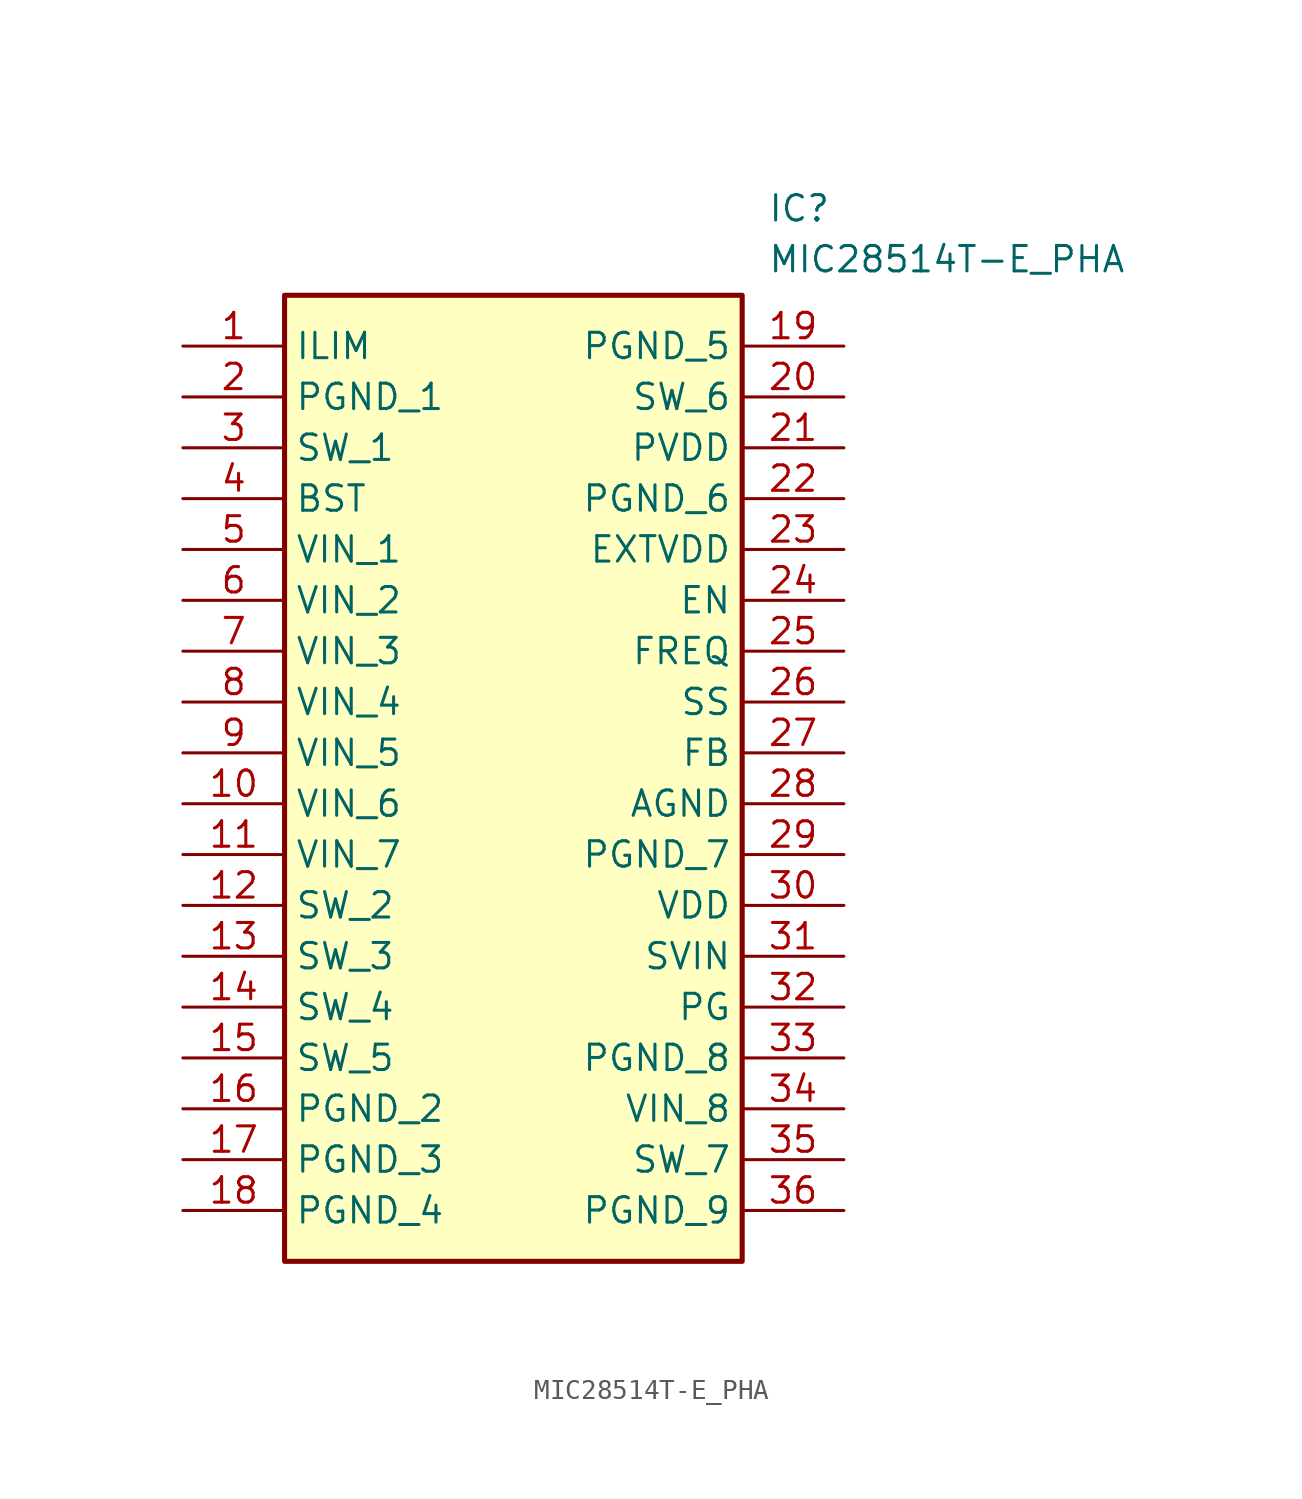
<source format=kicad_sym>
(kicad_symbol_lib
  (version 20211014)
  (generator SamacSys_ECAD_Model)
  (symbol "MIC28514T-E_PHA"
    (property "Reference" "IC"
      (at 29.21 7.62 0)
      (effects (font (size 1.27 1.27)) (justify left top)))
    (property "Value" "MIC28514T-E_PHA"
      (at 29.21 5.08 0)
      (effects (font (size 1.27 1.27)) (justify left top)))
    (rectangle
      (start 5.08 2.54)
      (end 27.94 -45.72)
      (stroke (width 0.254) (type default))
      (fill (type background)))
    (pin passive line
      (at 0 0 0)
      (length 5.08)
      (name "ILIM" (effects (font (size 1.27 1.27))))
      (number "1" (effects (font (size 1.27 1.27)))))
    (pin passive line
      (at 0 -2.54 0)
      (length 5.08)
      (name "PGND_1" (effects (font (size 1.27 1.27))))
      (number "2" (effects (font (size 1.27 1.27)))))
    (pin passive line
      (at 0 -5.08 0)
      (length 5.08)
      (name "SW_1" (effects (font (size 1.27 1.27))))
      (number "3" (effects (font (size 1.27 1.27)))))
    (pin passive line
      (at 0 -7.62 0)
      (length 5.08)
      (name "BST" (effects (font (size 1.27 1.27))))
      (number "4" (effects (font (size 1.27 1.27)))))
    (pin passive line
      (at 0 -10.16 0)
      (length 5.08)
      (name "VIN_1" (effects (font (size 1.27 1.27))))
      (number "5" (effects (font (size 1.27 1.27)))))
    (pin passive line
      (at 0 -12.7 0)
      (length 5.08)
      (name "VIN_2" (effects (font (size 1.27 1.27))))
      (number "6" (effects (font (size 1.27 1.27)))))
    (pin passive line
      (at 0 -15.24 0)
      (length 5.08)
      (name "VIN_3" (effects (font (size 1.27 1.27))))
      (number "7" (effects (font (size 1.27 1.27)))))
    (pin passive line
      (at 0 -17.78 0)
      (length 5.08)
      (name "VIN_4" (effects (font (size 1.27 1.27))))
      (number "8" (effects (font (size 1.27 1.27)))))
    (pin passive line
      (at 0 -20.32 0)
      (length 5.08)
      (name "VIN_5" (effects (font (size 1.27 1.27))))
      (number "9" (effects (font (size 1.27 1.27)))))
    (pin passive line
      (at 0 -22.86 0)
      (length 5.08)
      (name "VIN_6" (effects (font (size 1.27 1.27))))
      (number "10" (effects (font (size 1.27 1.27)))))
    (pin passive line
      (at 0 -25.4 0)
      (length 5.08)
      (name "VIN_7" (effects (font (size 1.27 1.27))))
      (number "11" (effects (font (size 1.27 1.27)))))
    (pin passive line
      (at 0 -27.94 0)
      (length 5.08)
      (name "SW_2" (effects (font (size 1.27 1.27))))
      (number "12" (effects (font (size 1.27 1.27)))))
    (pin passive line
      (at 0 -30.48 0)
      (length 5.08)
      (name "SW_3" (effects (font (size 1.27 1.27))))
      (number "13" (effects (font (size 1.27 1.27)))))
    (pin passive line
      (at 0 -33.02 0)
      (length 5.08)
      (name "SW_4" (effects (font (size 1.27 1.27))))
      (number "14" (effects (font (size 1.27 1.27)))))
    (pin passive line
      (at 0 -35.56 0)
      (length 5.08)
      (name "SW_5" (effects (font (size 1.27 1.27))))
      (number "15" (effects (font (size 1.27 1.27)))))
    (pin passive line
      (at 0 -38.1 0)
      (length 5.08)
      (name "PGND_2" (effects (font (size 1.27 1.27))))
      (number "16" (effects (font (size 1.27 1.27)))))
    (pin passive line
      (at 0 -40.64 0)
      (length 5.08)
      (name "PGND_3" (effects (font (size 1.27 1.27))))
      (number "17" (effects (font (size 1.27 1.27)))))
    (pin passive line
      (at 0 -43.18 0)
      (length 5.08)
      (name "PGND_4" (effects (font (size 1.27 1.27))))
      (number "18" (effects (font (size 1.27 1.27)))))
    (pin passive line
      (at 33.02 0 180)
      (length 5.08)
      (name "PGND_5" (effects (font (size 1.27 1.27))))
      (number "19" (effects (font (size 1.27 1.27)))))
    (pin passive line
      (at 33.02 -2.54 180)
      (length 5.08)
      (name "SW_6" (effects (font (size 1.27 1.27))))
      (number "20" (effects (font (size 1.27 1.27)))))
    (pin passive line
      (at 33.02 -5.08 180)
      (length 5.08)
      (name "PVDD" (effects (font (size 1.27 1.27))))
      (number "21" (effects (font (size 1.27 1.27)))))
    (pin passive line
      (at 33.02 -7.62 180)
      (length 5.08)
      (name "PGND_6" (effects (font (size 1.27 1.27))))
      (number "22" (effects (font (size 1.27 1.27)))))
    (pin passive line
      (at 33.02 -10.16 180)
      (length 5.08)
      (name "EXTVDD" (effects (font (size 1.27 1.27))))
      (number "23" (effects (font (size 1.27 1.27)))))
    (pin passive line
      (at 33.02 -12.7 180)
      (length 5.08)
      (name "EN" (effects (font (size 1.27 1.27))))
      (number "24" (effects (font (size 1.27 1.27)))))
    (pin passive line
      (at 33.02 -15.24 180)
      (length 5.08)
      (name "FREQ" (effects (font (size 1.27 1.27))))
      (number "25" (effects (font (size 1.27 1.27)))))
    (pin passive line
      (at 33.02 -17.78 180)
      (length 5.08)
      (name "SS" (effects (font (size 1.27 1.27))))
      (number "26" (effects (font (size 1.27 1.27)))))
    (pin passive line
      (at 33.02 -20.32 180)
      (length 5.08)
      (name "FB" (effects (font (size 1.27 1.27))))
      (number "27" (effects (font (size 1.27 1.27)))))
    (pin passive line
      (at 33.02 -22.86 180)
      (length 5.08)
      (name "AGND" (effects (font (size 1.27 1.27))))
      (number "28" (effects (font (size 1.27 1.27)))))
    (pin passive line
      (at 33.02 -25.4 180)
      (length 5.08)
      (name "PGND_7" (effects (font (size 1.27 1.27))))
      (number "29" (effects (font (size 1.27 1.27)))))
    (pin passive line
      (at 33.02 -27.94 180)
      (length 5.08)
      (name "VDD" (effects (font (size 1.27 1.27))))
      (number "30" (effects (font (size 1.27 1.27)))))
    (pin passive line
      (at 33.02 -30.48 180)
      (length 5.08)
      (name "SVIN" (effects (font (size 1.27 1.27))))
      (number "31" (effects (font (size 1.27 1.27)))))
    (pin passive line
      (at 33.02 -33.02 180)
      (length 5.08)
      (name "PG" (effects (font (size 1.27 1.27))))
      (number "32" (effects (font (size 1.27 1.27)))))
    (pin passive line
      (at 33.02 -35.56 180)
      (length 5.08)
      (name "PGND_8" (effects (font (size 1.27 1.27))))
      (number "33" (effects (font (size 1.27 1.27)))))
    (pin passive line
      (at 33.02 -38.1 180)
      (length 5.08)
      (name "VIN_8" (effects (font (size 1.27 1.27))))
      (number "34" (effects (font (size 1.27 1.27)))))
    (pin passive line
      (at 33.02 -40.64 180)
      (length 5.08)
      (name "SW_7" (effects (font (size 1.27 1.27))))
      (number "35" (effects (font (size 1.27 1.27)))))
    (pin passive line
      (at 33.02 -43.18 180)
      (length 5.08)
      (name "PGND_9" (effects (font (size 1.27 1.27))))
      (number "36" (effects (font (size 1.27 1.27)))))))
</source>
